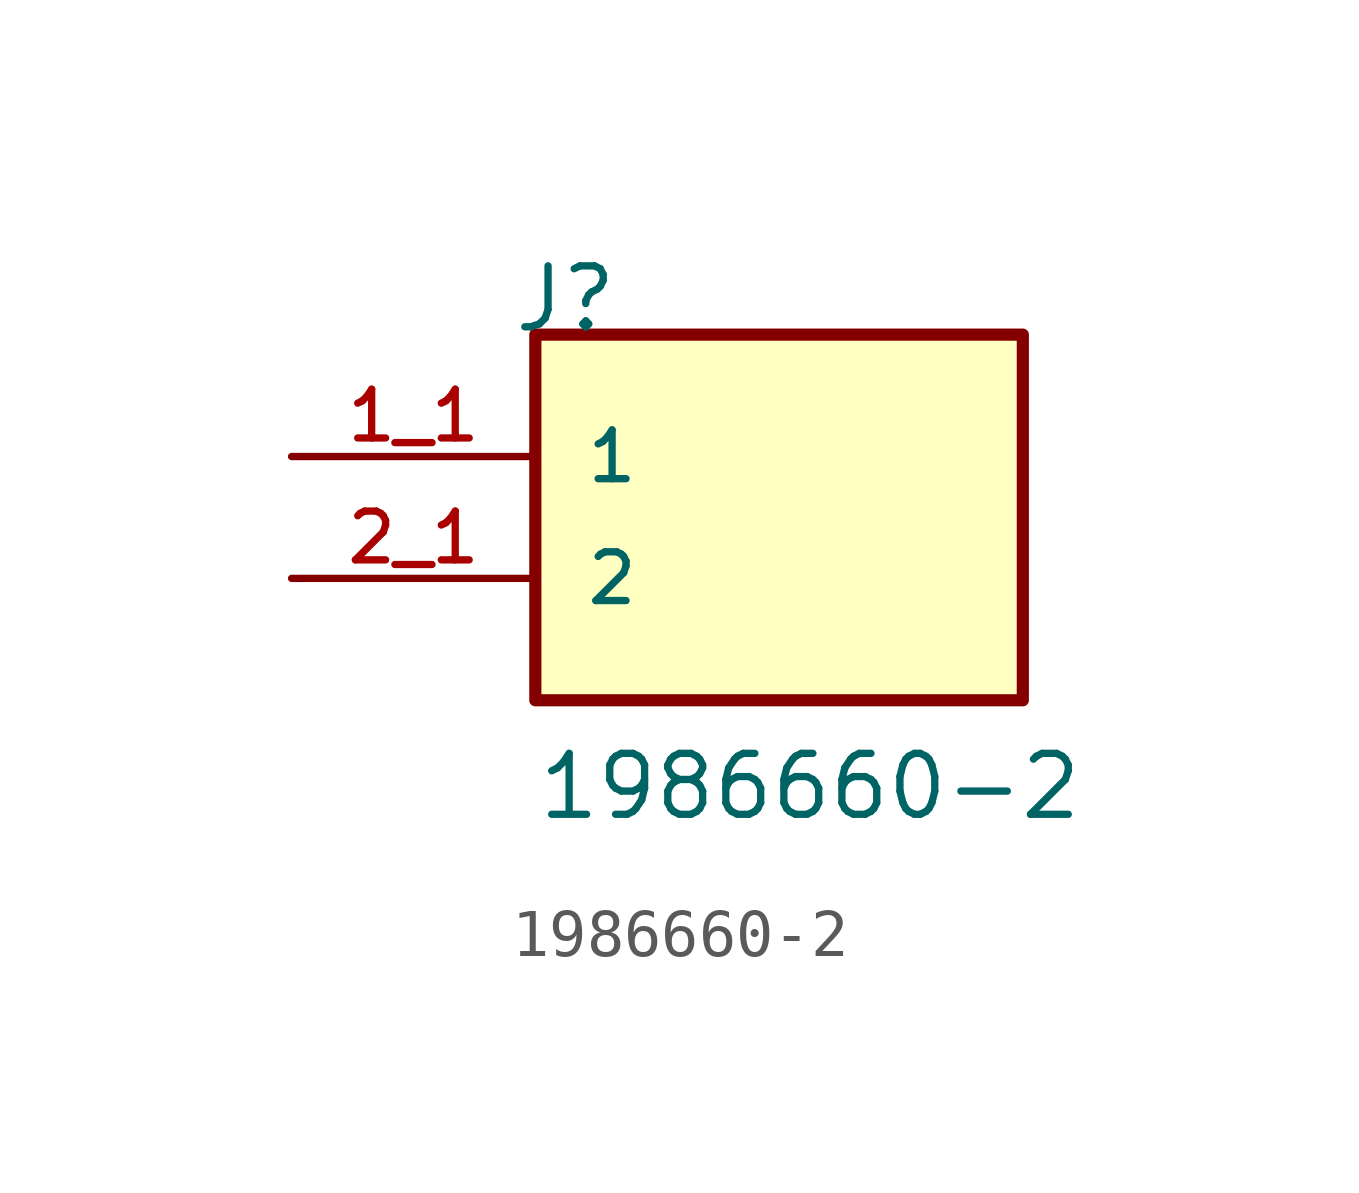
<source format=kicad_sym>
(kicad_symbol_lib
  (version 20211014)
  (generator kicad_symbol_editor)
  (symbol "1986660-2"
    (pin_names
      (offset 1.016))
    (property "Reference" "J"
      (at -5.58 5.08 0)
      (effects (font (size 1.27 1.27)) (justify bottom left)))
    (property "Value" "1986660-2"
      (at -5.08 -5.08 0)
      (effects (font (size 1.27 1.27)) (justify bottom left)))
    (symbol "1986660-2_0_0"
      (rectangle (start -5.08 -2.54) (end 5.08 5.08) (stroke (width 0.254)) (fill (type background)))
      (pin passive line (at -10.16 2.54 0) (length 5.08) (name "1" (effects (font (size 1.016 1.016)))) (number "1_1" (effects (font (size 1.016 1.016)))))
      (pin passive line (at -10.16 0.0 0) (length 5.08) (name "2" (effects (font (size 1.016 1.016)))) (number "2_1" (effects (font (size 1.016 1.016))))))))
</source>
